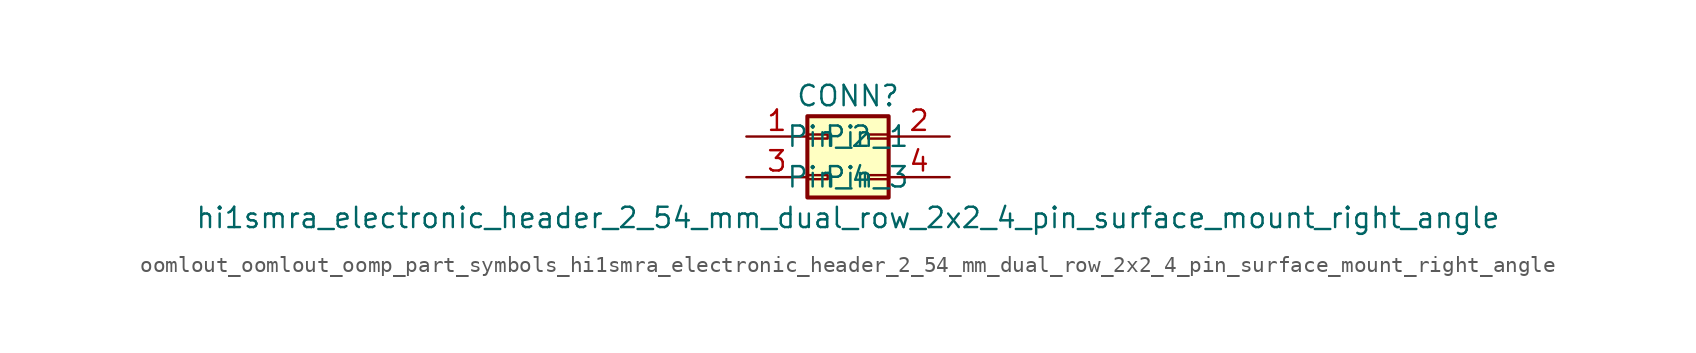
<source format=kicad_sym>
(kicad_symbol_lib
  (version 20220914)
  (generator kicad_symbol_editor)
  (symbol "oomlout_oomlout_oomp_part_symbols_hi1smra_electronic_header_2_54_mm_dual_row_2x2_4_pin_surface_mount_right_angle"
    (pin_names
      (offset 1.016))
    (property "Reference" "CONN"
      (at 1.27 2.54 0)
      (effects (font (size 1.27 1.27))))
    (property "Value" "hi1smra_electronic_header_2_54_mm_dual_row_2x2_4_pin_surface_mount_right_angle"
      (at 1.27 -5.08 0)
      (effects (font (size 1.27 1.27))))
    (symbol "oomlout_oomlout_oomp_part_symbols_hi1smra_electronic_header_2_54_mm_dual_row_2x2_4_pin_surface_mount_right_angle_1_1"
      (rectangle (start -1.27 -2.413) (end 0 -2.667) (stroke (width 0.152) (type default)) (fill (type none)))
      (rectangle (start -1.27 0.127) (end 0 -0.127) (stroke (width 0.152) (type default)) (fill (type none)))
      (rectangle (start -1.27 1.27) (end 3.81 -3.81) (stroke (width 0.254) (type default)) (fill (type background)))
      (rectangle (start 3.81 -2.413) (end 2.54 -2.667) (stroke (width 0.152) (type default)) (fill (type none)))
      (rectangle (start 3.81 0.127) (end 2.54 -0.127) (stroke (width 0.152) (type default)) (fill (type none)))
      (pin passive line (at -5.08 0 0) (length 3.81) (name "Pin_1" (effects (font (size 1.27 1.27)))) (number "1" (effects (font (size 1.27 1.27)))))
      (pin passive line (at 7.62 0 180) (length 3.81) (name "Pin_2" (effects (font (size 1.27 1.27)))) (number "2" (effects (font (size 1.27 1.27)))))
      (pin passive line (at -5.08 -2.54 0) (length 3.81) (name "Pin_3" (effects (font (size 1.27 1.27)))) (number "3" (effects (font (size 1.27 1.27)))))
      (pin passive line (at 7.62 -2.54 180) (length 3.81) (name "Pin_4" (effects (font (size 1.27 1.27)))) (number "4" (effects (font (size 1.27 1.27))))))))
</source>
